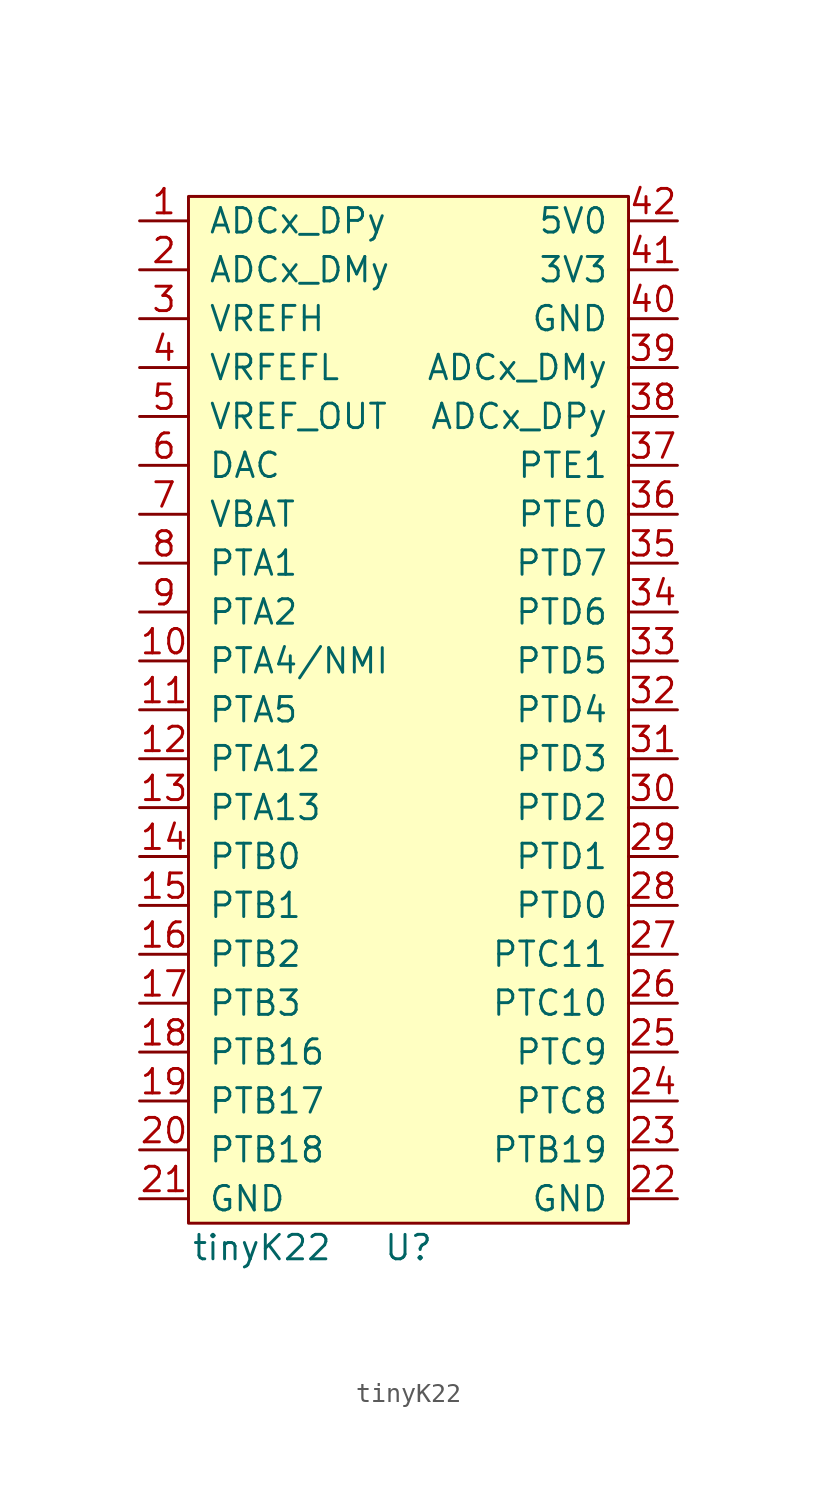
<source format=kicad_sym>
(kicad_symbol_lib
  (version 20211014)
  (generator kicad_symbol_editor)
  (symbol "tinyK22"
    (pin_names
      (offset 1.016))
    (property "Reference" "U"
      (at 11.43 -57.15 0)
      (effects (font (size 1.27 1.27))))
    (property "Value" "tinyK22"
      (at 3.81 -57.15 0)
      (effects (font (size 1.27 1.27))))
    (symbol "tinyK22_0_0"
      (pin bidirectional line (at -2.54 -3.81 0) (length 2.54) (name "ADCx_DPy" (effects (font (size 1.27 1.27)))) (number "1" (effects (font (size 1.27 1.27)))))
      (pin bidirectional line (at -2.54 -26.67 0) (length 2.54) (name "PTA4/NMI" (effects (font (size 1.27 1.27)))) (number "10" (effects (font (size 1.27 1.27)))))
      (pin bidirectional line (at -2.54 -29.21 0) (length 2.54) (name "PTA5" (effects (font (size 1.27 1.27)))) (number "11" (effects (font (size 1.27 1.27)))))
      (pin bidirectional line (at -2.54 -31.75 0) (length 2.54) (name "PTA12" (effects (font (size 1.27 1.27)))) (number "12" (effects (font (size 1.27 1.27)))))
      (pin bidirectional line (at -2.54 -34.29 0) (length 2.54) (name "PTA13" (effects (font (size 1.27 1.27)))) (number "13" (effects (font (size 1.27 1.27)))))
      (pin bidirectional line (at -2.54 -36.83 0) (length 2.54) (name "PTB0" (effects (font (size 1.27 1.27)))) (number "14" (effects (font (size 1.27 1.27)))))
      (pin bidirectional line (at -2.54 -39.37 0) (length 2.54) (name "PTB1" (effects (font (size 1.27 1.27)))) (number "15" (effects (font (size 1.27 1.27)))))
      (pin bidirectional line (at -2.54 -41.91 0) (length 2.54) (name "PTB2" (effects (font (size 1.27 1.27)))) (number "16" (effects (font (size 1.27 1.27)))))
      (pin bidirectional line (at -2.54 -44.45 0) (length 2.54) (name "PTB3" (effects (font (size 1.27 1.27)))) (number "17" (effects (font (size 1.27 1.27)))))
      (pin bidirectional line (at -2.54 -46.99 0) (length 2.54) (name "PTB16" (effects (font (size 1.27 1.27)))) (number "18" (effects (font (size 1.27 1.27)))))
      (pin bidirectional line (at -2.54 -49.53 0) (length 2.54) (name "PTB17" (effects (font (size 1.27 1.27)))) (number "19" (effects (font (size 1.27 1.27)))))
      (pin bidirectional line (at -2.54 -6.35 0) (length 2.54) (name "ADCx_DMy" (effects (font (size 1.27 1.27)))) (number "2" (effects (font (size 1.27 1.27)))))
      (pin bidirectional line (at -2.54 -52.07 0) (length 2.54) (name "PTB18" (effects (font (size 1.27 1.27)))) (number "20" (effects (font (size 1.27 1.27)))))
      (pin power_in line (at -2.54 -54.61 0) (length 2.54) (name "GND" (effects (font (size 1.27 1.27)))) (number "21" (effects (font (size 1.27 1.27)))))
      (pin power_in line (at 25.4 -54.61 180) (length 2.54) (name "GND" (effects (font (size 1.27 1.27)))) (number "22" (effects (font (size 1.27 1.27)))))
      (pin bidirectional line (at 25.4 -52.07 180) (length 2.54) (name "PTB19" (effects (font (size 1.27 1.27)))) (number "23" (effects (font (size 1.27 1.27)))))
      (pin bidirectional line (at 25.4 -49.53 180) (length 2.54) (name "PTC8" (effects (font (size 1.27 1.27)))) (number "24" (effects (font (size 1.27 1.27)))))
      (pin bidirectional line (at 25.4 -46.99 180) (length 2.54) (name "PTC9" (effects (font (size 1.27 1.27)))) (number "25" (effects (font (size 1.27 1.27)))))
      (pin bidirectional line (at 25.4 -44.45 180) (length 2.54) (name "PTC10" (effects (font (size 1.27 1.27)))) (number "26" (effects (font (size 1.27 1.27)))))
      (pin bidirectional line (at 25.4 -41.91 180) (length 2.54) (name "PTC11" (effects (font (size 1.27 1.27)))) (number "27" (effects (font (size 1.27 1.27)))))
      (pin bidirectional line (at 25.4 -39.37 180) (length 2.54) (name "PTD0" (effects (font (size 1.27 1.27)))) (number "28" (effects (font (size 1.27 1.27)))))
      (pin bidirectional line (at 25.4 -36.83 180) (length 2.54) (name "PTD1" (effects (font (size 1.27 1.27)))) (number "29" (effects (font (size 1.27 1.27)))))
      (pin input line (at -2.54 -8.89 0) (length 2.54) (name "VREFH" (effects (font (size 1.27 1.27)))) (number "3" (effects (font (size 1.27 1.27)))))
      (pin bidirectional line (at 25.4 -34.29 180) (length 2.54) (name "PTD2" (effects (font (size 1.27 1.27)))) (number "30" (effects (font (size 1.27 1.27)))))
      (pin bidirectional line (at 25.4 -31.75 180) (length 2.54) (name "PTD3" (effects (font (size 1.27 1.27)))) (number "31" (effects (font (size 1.27 1.27)))))
      (pin bidirectional line (at 25.4 -29.21 180) (length 2.54) (name "PTD4" (effects (font (size 1.27 1.27)))) (number "32" (effects (font (size 1.27 1.27)))))
      (pin bidirectional line (at 25.4 -26.67 180) (length 2.54) (name "PTD5" (effects (font (size 1.27 1.27)))) (number "33" (effects (font (size 1.27 1.27)))))
      (pin bidirectional line (at 25.4 -24.13 180) (length 2.54) (name "PTD6" (effects (font (size 1.27 1.27)))) (number "34" (effects (font (size 1.27 1.27)))))
      (pin bidirectional line (at 25.4 -21.59 180) (length 2.54) (name "PTD7" (effects (font (size 1.27 1.27)))) (number "35" (effects (font (size 1.27 1.27)))))
      (pin bidirectional line (at 25.4 -19.05 180) (length 2.54) (name "PTE0" (effects (font (size 1.27 1.27)))) (number "36" (effects (font (size 1.27 1.27)))))
      (pin bidirectional line (at 25.4 -16.51 180) (length 2.54) (name "PTE1" (effects (font (size 1.27 1.27)))) (number "37" (effects (font (size 1.27 1.27)))))
      (pin bidirectional line (at 25.4 -13.97 180) (length 2.54) (name "ADCx_DPy" (effects (font (size 1.27 1.27)))) (number "38" (effects (font (size 1.27 1.27)))))
      (pin bidirectional line (at 25.4 -11.43 180) (length 2.54) (name "ADCx_DMy" (effects (font (size 1.27 1.27)))) (number "39" (effects (font (size 1.27 1.27)))))
      (pin input line (at -2.54 -11.43 0) (length 2.54) (name "VRFEFL" (effects (font (size 1.27 1.27)))) (number "4" (effects (font (size 1.27 1.27)))))
      (pin power_in line (at 25.4 -8.89 180) (length 2.54) (name "GND" (effects (font (size 1.27 1.27)))) (number "40" (effects (font (size 1.27 1.27)))))
      (pin power_in line (at 25.4 -6.35 180) (length 2.54) (name "3V3" (effects (font (size 1.27 1.27)))) (number "41" (effects (font (size 1.27 1.27)))))
      (pin output line (at 25.4 -3.81 180) (length 2.54) (name "5V0" (effects (font (size 1.27 1.27)))) (number "42" (effects (font (size 1.27 1.27)))))
      (pin output line (at -2.54 -13.97 0) (length 2.54) (name "VREF_OUT" (effects (font (size 1.27 1.27)))) (number "5" (effects (font (size 1.27 1.27)))))
      (pin bidirectional line (at -2.54 -16.51 0) (length 2.54) (name "DAC" (effects (font (size 1.27 1.27)))) (number "6" (effects (font (size 1.27 1.27)))))
      (pin power_in line (at -2.54 -19.05 0) (length 2.54) (name "VBAT" (effects (font (size 1.27 1.27)))) (number "7" (effects (font (size 1.27 1.27)))))
      (pin bidirectional line (at -2.54 -21.59 0) (length 2.54) (name "PTA1" (effects (font (size 1.27 1.27)))) (number "8" (effects (font (size 1.27 1.27)))))
      (pin bidirectional line (at -2.54 -24.13 0) (length 2.54) (name "PTA2" (effects (font (size 1.27 1.27)))) (number "9" (effects (font (size 1.27 1.27))))))
    (symbol "tinyK22_0_1"
      (rectangle (start 0 -2.54) (end 22.86 -55.88) (stroke (width 0) (type default) (color 0 0 0 0)) (fill (type background))))))
</source>
